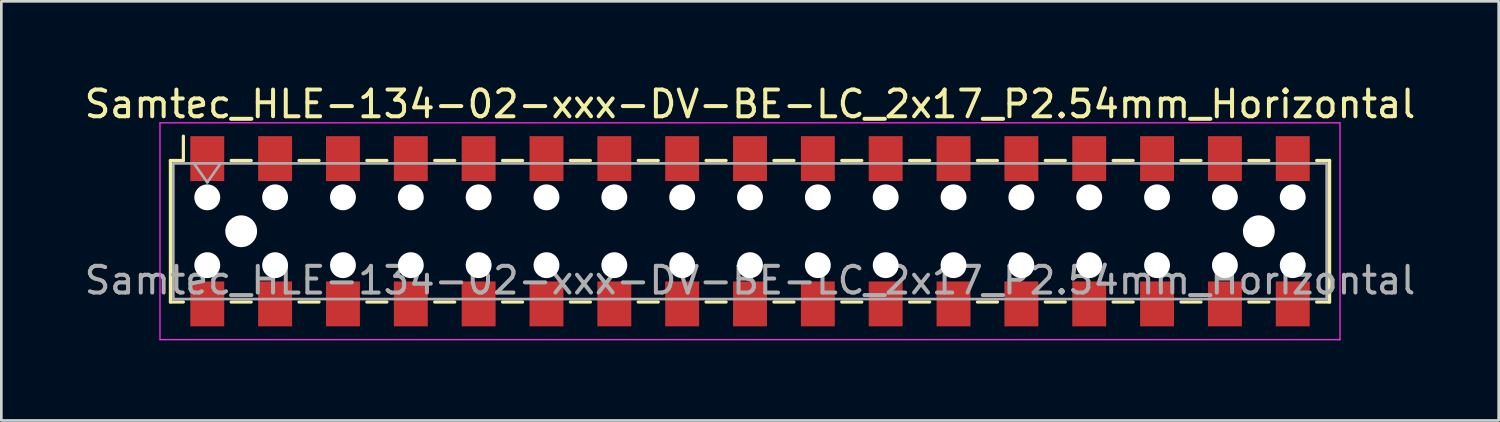
<source format=kicad_pcb>
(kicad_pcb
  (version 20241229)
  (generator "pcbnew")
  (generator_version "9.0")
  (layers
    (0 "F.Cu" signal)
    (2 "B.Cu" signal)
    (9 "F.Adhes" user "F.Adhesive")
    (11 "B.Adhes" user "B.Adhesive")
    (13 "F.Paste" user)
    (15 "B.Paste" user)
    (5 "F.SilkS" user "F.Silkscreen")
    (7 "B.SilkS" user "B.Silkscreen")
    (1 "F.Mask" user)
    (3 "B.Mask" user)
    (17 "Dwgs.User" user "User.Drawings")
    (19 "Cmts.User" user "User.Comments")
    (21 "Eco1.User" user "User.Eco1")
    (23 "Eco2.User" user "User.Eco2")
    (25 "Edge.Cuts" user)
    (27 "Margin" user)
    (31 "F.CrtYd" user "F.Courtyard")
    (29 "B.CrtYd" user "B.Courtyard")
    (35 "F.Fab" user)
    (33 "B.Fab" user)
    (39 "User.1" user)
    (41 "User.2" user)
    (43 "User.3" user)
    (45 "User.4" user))
  (footprint "Samtec_HLE-134-02-xxx-DV-BE-LC_2x17_P2.54mm_Horizontal"
    (layer "F.Cu")
    (at 25.03 5.608)
    (property "Reference" "Samtec_HLE-134-02-xxx-DV-BE-LC_2x17_P2.54mm_Horizontal" (at 0 -4.76 0) (layer "F.SilkS") (effects (font (size 1 1) (thickness 0.15))))
    (attr smd)
    (fp_line (start -21.7 -2.65) (end -21.7 2.65) (stroke (width 0.12) (type solid)) (layer "F.SilkS"))
    (fp_line (start -21.7 2.65) (end -21.215 2.65) (stroke (width 0.12) (type solid)) (layer "F.SilkS"))
    (fp_line (start -21.215 -3.56) (end -21.215 -2.65) (stroke (width 0.12) (type solid)) (layer "F.SilkS"))
    (fp_line (start -21.215 -2.65) (end -21.7 -2.65) (stroke (width 0.12) (type solid)) (layer "F.SilkS"))
    (fp_line (start -19.425 -2.65) (end -18.675 -2.65) (stroke (width 0.12) (type solid)) (layer "F.SilkS"))
    (fp_line (start -19.425 2.65) (end -18.675 2.65) (stroke (width 0.12) (type solid)) (layer "F.SilkS"))
    (fp_line (start -16.885 -2.65) (end -16.135 -2.65) (stroke (width 0.12) (type solid)) (layer "F.SilkS"))
    (fp_line (start -16.885 2.65) (end -16.135 2.65) (stroke (width 0.12) (type solid)) (layer "F.SilkS"))
    (fp_line (start -14.345 -2.65) (end -13.595 -2.65) (stroke (width 0.12) (type solid)) (layer "F.SilkS"))
    (fp_line (start -14.345 2.65) (end -13.595 2.65) (stroke (width 0.12) (type solid)) (layer "F.SilkS"))
    (fp_line (start -11.805 -2.65) (end -11.055 -2.65) (stroke (width 0.12) (type solid)) (layer "F.SilkS"))
    (fp_line (start -11.805 2.65) (end -11.055 2.65) (stroke (width 0.12) (type solid)) (layer "F.SilkS"))
    (fp_line (start -9.265 -2.65) (end -8.515 -2.65) (stroke (width 0.12) (type solid)) (layer "F.SilkS"))
    (fp_line (start -9.265 2.65) (end -8.515 2.65) (stroke (width 0.12) (type solid)) (layer "F.SilkS"))
    (fp_line (start -6.725 -2.65) (end -5.975 -2.65) (stroke (width 0.12) (type solid)) (layer "F.SilkS"))
    (fp_line (start -6.725 2.65) (end -5.975 2.65) (stroke (width 0.12) (type solid)) (layer "F.SilkS"))
    (fp_line (start -4.185 -2.65) (end -3.435 -2.65) (stroke (width 0.12) (type solid)) (layer "F.SilkS"))
    (fp_line (start -4.185 2.65) (end -3.435 2.65) (stroke (width 0.12) (type solid)) (layer "F.SilkS"))
    (fp_line (start -1.645 -2.65) (end -0.895 -2.65) (stroke (width 0.12) (type solid)) (layer "F.SilkS"))
    (fp_line (start -1.645 2.65) (end -0.895 2.65) (stroke (width 0.12) (type solid)) (layer "F.SilkS"))
    (fp_line (start 0.895 -2.65) (end 1.645 -2.65) (stroke (width 0.12) (type solid)) (layer "F.SilkS"))
    (fp_line (start 0.895 2.65) (end 1.645 2.65) (stroke (width 0.12) (type solid)) (layer "F.SilkS"))
    (fp_line (start 3.435 -2.65) (end 4.185 -2.65) (stroke (width 0.12) (type solid)) (layer "F.SilkS"))
    (fp_line (start 3.435 2.65) (end 4.185 2.65) (stroke (width 0.12) (type solid)) (layer "F.SilkS"))
    (fp_line (start 5.975 -2.65) (end 6.725 -2.65) (stroke (width 0.12) (type solid)) (layer "F.SilkS"))
    (fp_line (start 5.975 2.65) (end 6.725 2.65) (stroke (width 0.12) (type solid)) (layer "F.SilkS"))
    (fp_line (start 8.515 -2.65) (end 9.265 -2.65) (stroke (width 0.12) (type solid)) (layer "F.SilkS"))
    (fp_line (start 8.515 2.65) (end 9.265 2.65) (stroke (width 0.12) (type solid)) (layer "F.SilkS"))
    (fp_line (start 11.055 -2.65) (end 11.805 -2.65) (stroke (width 0.12) (type solid)) (layer "F.SilkS"))
    (fp_line (start 11.055 2.65) (end 11.805 2.65) (stroke (width 0.12) (type solid)) (layer "F.SilkS"))
    (fp_line (start 13.595 -2.65) (end 14.345 -2.65) (stroke (width 0.12) (type solid)) (layer "F.SilkS"))
    (fp_line (start 13.595 2.65) (end 14.345 2.65) (stroke (width 0.12) (type solid)) (layer "F.SilkS"))
    (fp_line (start 16.135 -2.65) (end 16.885 -2.65) (stroke (width 0.12) (type solid)) (layer "F.SilkS"))
    (fp_line (start 16.135 2.65) (end 16.885 2.65) (stroke (width 0.12) (type solid)) (layer "F.SilkS"))
    (fp_line (start 18.675 -2.65) (end 19.425 -2.65) (stroke (width 0.12) (type solid)) (layer "F.SilkS"))
    (fp_line (start 18.675 2.65) (end 19.425 2.65) (stroke (width 0.12) (type solid)) (layer "F.SilkS"))
    (fp_line (start 21.215 -2.65) (end 21.7 -2.65) (stroke (width 0.12) (type solid)) (layer "F.SilkS"))
    (fp_line (start 21.7 -2.65) (end 21.7 2.65) (stroke (width 0.12) (type solid)) (layer "F.SilkS"))
    (fp_line (start 21.7 2.65) (end 21.215 2.65) (stroke (width 0.12) (type solid)) (layer "F.SilkS"))
    (fp_line (start -22.09 -4.06) (end 22.09 -4.06) (stroke (width 0.05) (type solid)) (layer "F.CrtYd"))
    (fp_line (start -22.09 4.06) (end -22.09 -4.06) (stroke (width 0.05) (type solid)) (layer "F.CrtYd"))
    (fp_line (start 22.09 -4.06) (end 22.09 4.06) (stroke (width 0.05) (type solid)) (layer "F.CrtYd"))
    (fp_line (start 22.09 4.06) (end -22.09 4.06) (stroke (width 0.05) (type solid)) (layer "F.CrtYd"))
    (fp_line (start -21.59 -2.54) (end 21.59 -2.54) (stroke (width 0.1) (type solid)) (layer "F.Fab"))
    (fp_line (start -21.59 2.54) (end -21.59 -2.54) (stroke (width 0.1) (type solid)) (layer "F.Fab"))
    (fp_line (start -20.82 -2.54) (end -20.32 -1.833) (stroke (width 0.1) (type solid)) (layer "F.Fab"))
    (fp_line (start -20.32 -1.833) (end -19.82 -2.54) (stroke (width 0.1) (type solid)) (layer "F.Fab"))
    (fp_line (start 21.59 -2.54) (end 21.59 2.54) (stroke (width 0.1) (type solid)) (layer "F.Fab"))
    (fp_line (start 21.59 2.54) (end -21.59 2.54) (stroke (width 0.1) (type solid)) (layer "F.Fab"))
    (fp_text user "${REFERENCE}" (at 0 1.84 0) (layer "F.Fab") (effects (font (size 1 1) (thickness 0.15))))
    (pad "" np_thru_hole circle (at -20.32 -1.27) (size 0.97 0.97) (drill 0.97) (layers "*.Cu" "*.Mask"))
    (pad "" np_thru_hole circle (at -20.32 1.27) (size 0.97 0.97) (drill 0.97) (layers "*.Cu" "*.Mask"))
    (pad "" np_thru_hole circle (at -19.05 0) (size 1.19 1.19) (drill 1.19) (layers "*.Cu" "*.Mask"))
    (pad "" np_thru_hole circle (at -17.78 -1.27) (size 0.97 0.97) (drill 0.97) (layers "*.Cu" "*.Mask"))
    (pad "" np_thru_hole circle (at -17.78 1.27) (size 0.97 0.97) (drill 0.97) (layers "*.Cu" "*.Mask"))
    (pad "" np_thru_hole circle (at -15.24 -1.27) (size 0.97 0.97) (drill 0.97) (layers "*.Cu" "*.Mask"))
    (pad "" np_thru_hole circle (at -15.24 1.27) (size 0.97 0.97) (drill 0.97) (layers "*.Cu" "*.Mask"))
    (pad "" np_thru_hole circle (at -12.7 -1.27) (size 0.97 0.97) (drill 0.97) (layers "*.Cu" "*.Mask"))
    (pad "" np_thru_hole circle (at -12.7 1.27) (size 0.97 0.97) (drill 0.97) (layers "*.Cu" "*.Mask"))
    (pad "" np_thru_hole circle (at -10.16 -1.27) (size 0.97 0.97) (drill 0.97) (layers "*.Cu" "*.Mask"))
    (pad "" np_thru_hole circle (at -10.16 1.27) (size 0.97 0.97) (drill 0.97) (layers "*.Cu" "*.Mask"))
    (pad "" np_thru_hole circle (at -7.62 -1.27) (size 0.97 0.97) (drill 0.97) (layers "*.Cu" "*.Mask"))
    (pad "" np_thru_hole circle (at -7.62 1.27) (size 0.97 0.97) (drill 0.97) (layers "*.Cu" "*.Mask"))
    (pad "" np_thru_hole circle (at -5.08 -1.27) (size 0.97 0.97) (drill 0.97) (layers "*.Cu" "*.Mask"))
    (pad "" np_thru_hole circle (at -5.08 1.27) (size 0.97 0.97) (drill 0.97) (layers "*.Cu" "*.Mask"))
    (pad "" np_thru_hole circle (at -2.54 -1.27) (size 0.97 0.97) (drill 0.97) (layers "*.Cu" "*.Mask"))
    (pad "" np_thru_hole circle (at -2.54 1.27) (size 0.97 0.97) (drill 0.97) (layers "*.Cu" "*.Mask"))
    (pad "" np_thru_hole circle (at 0 -1.27) (size 0.97 0.97) (drill 0.97) (layers "*.Cu" "*.Mask"))
    (pad "" np_thru_hole circle (at 0 1.27) (size 0.97 0.97) (drill 0.97) (layers "*.Cu" "*.Mask"))
    (pad "" np_thru_hole circle (at 2.54 -1.27) (size 0.97 0.97) (drill 0.97) (layers "*.Cu" "*.Mask"))
    (pad "" np_thru_hole circle (at 2.54 1.27) (size 0.97 0.97) (drill 0.97) (layers "*.Cu" "*.Mask"))
    (pad "" np_thru_hole circle (at 5.08 -1.27) (size 0.97 0.97) (drill 0.97) (layers "*.Cu" "*.Mask"))
    (pad "" np_thru_hole circle (at 5.08 1.27) (size 0.97 0.97) (drill 0.97) (layers "*.Cu" "*.Mask"))
    (pad "" np_thru_hole circle (at 7.62 -1.27) (size 0.97 0.97) (drill 0.97) (layers "*.Cu" "*.Mask"))
    (pad "" np_thru_hole circle (at 7.62 1.27) (size 0.97 0.97) (drill 0.97) (layers "*.Cu" "*.Mask"))
    (pad "" np_thru_hole circle (at 10.16 -1.27) (size 0.97 0.97) (drill 0.97) (layers "*.Cu" "*.Mask"))
    (pad "" np_thru_hole circle (at 10.16 1.27) (size 0.97 0.97) (drill 0.97) (layers "*.Cu" "*.Mask"))
    (pad "" np_thru_hole circle (at 12.7 -1.27) (size 0.97 0.97) (drill 0.97) (layers "*.Cu" "*.Mask"))
    (pad "" np_thru_hole circle (at 12.7 1.27) (size 0.97 0.97) (drill 0.97) (layers "*.Cu" "*.Mask"))
    (pad "" np_thru_hole circle (at 15.24 -1.27) (size 0.97 0.97) (drill 0.97) (layers "*.Cu" "*.Mask"))
    (pad "" np_thru_hole circle (at 15.24 1.27) (size 0.97 0.97) (drill 0.97) (layers "*.Cu" "*.Mask"))
    (pad "" np_thru_hole circle (at 17.78 -1.27) (size 0.97 0.97) (drill 0.97) (layers "*.Cu" "*.Mask"))
    (pad "" np_thru_hole circle (at 17.78 1.27) (size 0.97 0.97) (drill 0.97) (layers "*.Cu" "*.Mask"))
    (pad "" np_thru_hole circle (at 19.05 0) (size 1.19 1.19) (drill 1.19) (layers "*.Cu" "*.Mask"))
    (pad "" np_thru_hole circle (at 20.32 -1.27) (size 0.97 0.97) (drill 0.97) (layers "*.Cu" "*.Mask"))
    (pad "" np_thru_hole circle (at 20.32 1.27) (size 0.97 0.97) (drill 0.97) (layers "*.Cu" "*.Mask"))
    (pad "1" smd rect (at -20.32 -2.72) (size 1.27 1.68) (layers "F.Cu" "F.Mask" "F.Paste"))
    (pad "2" smd rect (at -20.32 2.72) (size 1.27 1.68) (layers "F.Cu" "F.Mask" "F.Paste"))
    (pad "3" smd rect (at -17.78 -2.72) (size 1.27 1.68) (layers "F.Cu" "F.Mask" "F.Paste"))
    (pad "4" smd rect (at -17.78 2.72) (size 1.27 1.68) (layers "F.Cu" "F.Mask" "F.Paste"))
    (pad "5" smd rect (at -15.24 -2.72) (size 1.27 1.68) (layers "F.Cu" "F.Mask" "F.Paste"))
    (pad "6" smd rect (at -15.24 2.72) (size 1.27 1.68) (layers "F.Cu" "F.Mask" "F.Paste"))
    (pad "7" smd rect (at -12.7 -2.72) (size 1.27 1.68) (layers "F.Cu" "F.Mask" "F.Paste"))
    (pad "8" smd rect (at -12.7 2.72) (size 1.27 1.68) (layers "F.Cu" "F.Mask" "F.Paste"))
    (pad "9" smd rect (at -10.16 -2.72) (size 1.27 1.68) (layers "F.Cu" "F.Mask" "F.Paste"))
    (pad "10" smd rect (at -10.16 2.72) (size 1.27 1.68) (layers "F.Cu" "F.Mask" "F.Paste"))
    (pad "11" smd rect (at -7.62 -2.72) (size 1.27 1.68) (layers "F.Cu" "F.Mask" "F.Paste"))
    (pad "12" smd rect (at -7.62 2.72) (size 1.27 1.68) (layers "F.Cu" "F.Mask" "F.Paste"))
    (pad "13" smd rect (at -5.08 -2.72) (size 1.27 1.68) (layers "F.Cu" "F.Mask" "F.Paste"))
    (pad "14" smd rect (at -5.08 2.72) (size 1.27 1.68) (layers "F.Cu" "F.Mask" "F.Paste"))
    (pad "15" smd rect (at -2.54 -2.72) (size 1.27 1.68) (layers "F.Cu" "F.Mask" "F.Paste"))
    (pad "16" smd rect (at -2.54 2.72) (size 1.27 1.68) (layers "F.Cu" "F.Mask" "F.Paste"))
    (pad "17" smd rect (at 0 -2.72) (size 1.27 1.68) (layers "F.Cu" "F.Mask" "F.Paste"))
    (pad "18" smd rect (at 0 2.72) (size 1.27 1.68) (layers "F.Cu" "F.Mask" "F.Paste"))
    (pad "19" smd rect (at 2.54 -2.72) (size 1.27 1.68) (layers "F.Cu" "F.Mask" "F.Paste"))
    (pad "20" smd rect (at 2.54 2.72) (size 1.27 1.68) (layers "F.Cu" "F.Mask" "F.Paste"))
    (pad "21" smd rect (at 5.08 -2.72) (size 1.27 1.68) (layers "F.Cu" "F.Mask" "F.Paste"))
    (pad "22" smd rect (at 5.08 2.72) (size 1.27 1.68) (layers "F.Cu" "F.Mask" "F.Paste"))
    (pad "23" smd rect (at 7.62 -2.72) (size 1.27 1.68) (layers "F.Cu" "F.Mask" "F.Paste"))
    (pad "24" smd rect (at 7.62 2.72) (size 1.27 1.68) (layers "F.Cu" "F.Mask" "F.Paste"))
    (pad "25" smd rect (at 10.16 -2.72) (size 1.27 1.68) (layers "F.Cu" "F.Mask" "F.Paste"))
    (pad "26" smd rect (at 10.16 2.72) (size 1.27 1.68) (layers "F.Cu" "F.Mask" "F.Paste"))
    (pad "27" smd rect (at 12.7 -2.72) (size 1.27 1.68) (layers "F.Cu" "F.Mask" "F.Paste"))
    (pad "28" smd rect (at 12.7 2.72) (size 1.27 1.68) (layers "F.Cu" "F.Mask" "F.Paste"))
    (pad "29" smd rect (at 15.24 -2.72) (size 1.27 1.68) (layers "F.Cu" "F.Mask" "F.Paste"))
    (pad "30" smd rect (at 15.24 2.72) (size 1.27 1.68) (layers "F.Cu" "F.Mask" "F.Paste"))
    (pad "31" smd rect (at 17.78 -2.72) (size 1.27 1.68) (layers "F.Cu" "F.Mask" "F.Paste"))
    (pad "32" smd rect (at 17.78 2.72) (size 1.27 1.68) (layers "F.Cu" "F.Mask" "F.Paste"))
    (pad "33" smd rect (at 20.32 -2.72) (size 1.27 1.68) (layers "F.Cu" "F.Mask" "F.Paste"))
    (pad "34" smd rect (at 20.32 2.72) (size 1.27 1.68) (layers "F.Cu" "F.Mask" "F.Paste")))
  (gr_rect
    (start -3 -3)
    (end 53.06 12.693)
    (stroke (width 0.1) (type default))
    (fill no)
    (layer "Edge.Cuts")))
</source>
